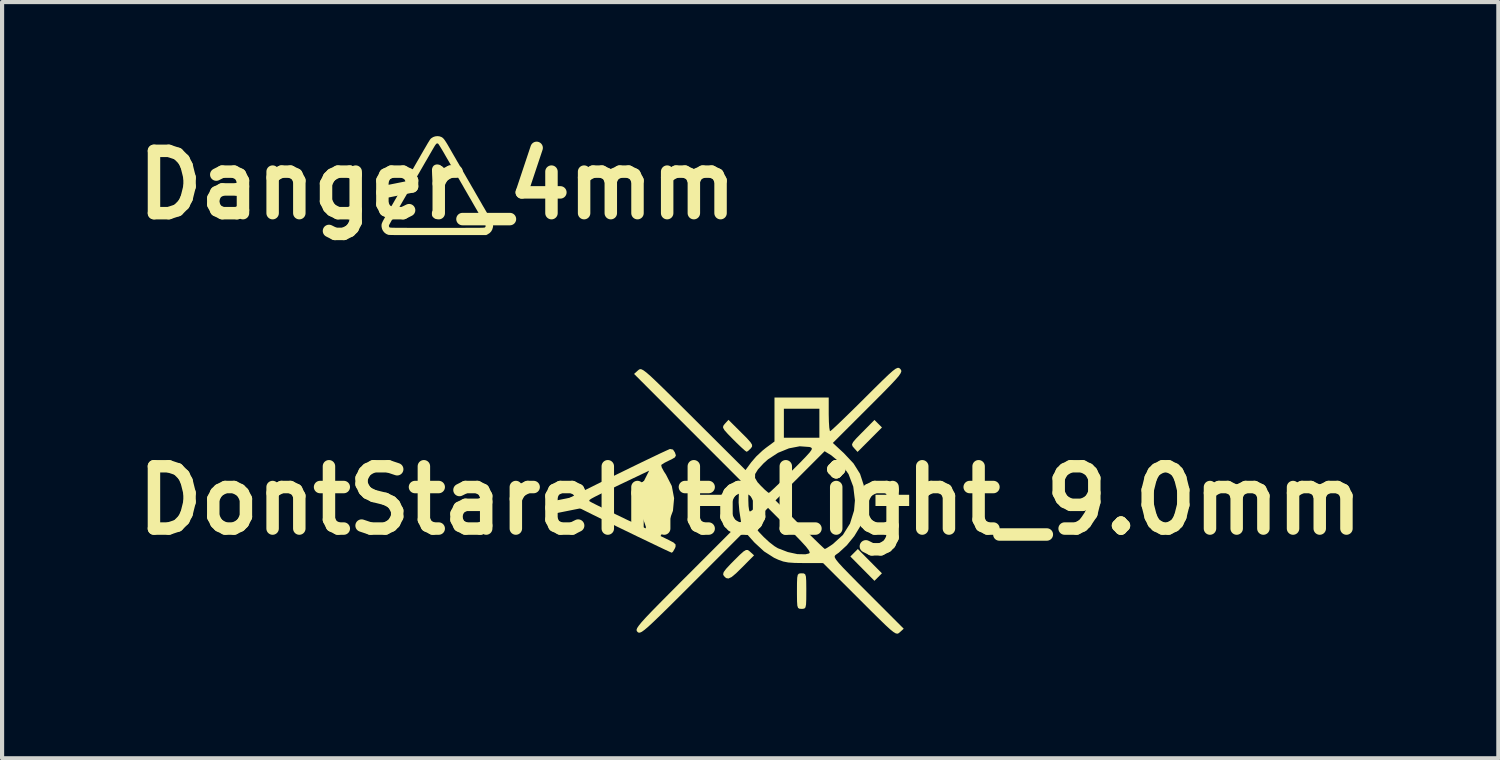
<source format=kicad_pcb>
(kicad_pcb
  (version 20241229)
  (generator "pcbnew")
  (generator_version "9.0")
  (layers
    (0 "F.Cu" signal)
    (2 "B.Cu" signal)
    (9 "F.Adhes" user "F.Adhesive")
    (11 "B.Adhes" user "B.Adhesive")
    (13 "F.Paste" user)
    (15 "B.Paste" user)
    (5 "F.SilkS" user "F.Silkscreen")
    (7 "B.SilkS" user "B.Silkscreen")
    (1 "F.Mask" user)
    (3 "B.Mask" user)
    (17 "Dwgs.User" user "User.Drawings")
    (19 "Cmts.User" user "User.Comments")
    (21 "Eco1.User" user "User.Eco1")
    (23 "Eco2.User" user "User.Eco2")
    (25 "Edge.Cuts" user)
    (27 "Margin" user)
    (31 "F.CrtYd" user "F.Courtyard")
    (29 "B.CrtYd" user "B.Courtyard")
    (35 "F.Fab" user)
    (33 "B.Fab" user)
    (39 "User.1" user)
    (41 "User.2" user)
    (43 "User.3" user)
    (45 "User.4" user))
  (footprint "DontStareIntoLight_9.0mm"
    (layer "F.Cu")
    (at 15.014 8.999)
    (property "Reference" "DontStareIntoLight_9.0mm" (at 0 0 0) (layer "F.SilkS") (effects (font (size 1.5 1.5) (thickness 0.3))))
    (attr board_only exclude_from_pos_files exclude_from_bom)
    (fp_poly (pts (xy -0.54 0) (xy -0.54 0.135) (xy -0.946 0.135) (xy -1.351 0.135) (xy -1.351 0) (xy -1.351 -0.135) (xy -0.946 -0.135) (xy -0.54 -0.135)) (stroke (width 0) (type solid)) (fill yes) (layer "F.SilkS"))
    (fp_poly (pts (xy 2.882 1.464) (xy 3.172 1.756) (xy 3.082 1.847) (xy 2.992 1.937) (xy 2.702 1.644) (xy 2.412 1.351) (xy 2.502 1.261) (xy 2.592 1.171)) (stroke (width 0) (type solid)) (fill yes) (layer "F.SilkS"))
    (fp_poly (pts (xy 3.828 0) (xy 3.828 0.135) (xy 3.423 0.135) (xy 3.017 0.135) (xy 3.017 0) (xy 3.017 -0.135) (xy 3.423 -0.135) (xy 3.828 -0.135)) (stroke (width 0) (type solid)) (fill yes) (layer "F.SilkS"))
    (fp_poly (pts (xy 3.083 -1.846) (xy 3.173 -1.756) (xy 2.879 -1.461) (xy 2.585 -1.167) (xy 2.5 -1.261) (xy 2.462 -1.307) (xy 2.452 -1.35) (xy 2.479 -1.405) (xy 2.55 -1.488) (xy 2.675 -1.616) (xy 2.704 -1.645) (xy 2.992 -1.937)) (stroke (width 0) (type solid)) (fill yes) (layer "F.SilkS"))
    (fp_poly (pts (xy -0.057 1.195) (xy -0.014 1.226) (xy -0.000425 1.238) (xy 0.093 1.323) (xy -0.188 1.607) (xy -0.341 1.757) (xy -0.448 1.846) (xy -0.524 1.881) (xy -0.581 1.87) (xy -0.633 1.821) (xy -0.652 1.779) (xy -0.638 1.726) (xy -0.579 1.647) (xy -0.468 1.528) (xy -0.393 1.452) (xy -0.253 1.313) (xy -0.161 1.23) (xy -0.101 1.194)) (stroke (width 0) (type solid)) (fill yes) (layer "F.SilkS"))
    (fp_poly (pts (xy -0.218 -1.636) (xy -0.077 -1.495) (xy 0.007 -1.401) (xy 0.045 -1.339) (xy 0.045 -1.295) (xy 0.015 -1.253) (xy 0.014 -1.252) (xy -0.052 -1.189) (xy -0.087 -1.171) (xy -0.129 -1.201) (xy -0.218 -1.281) (xy -0.339 -1.397) (xy -0.404 -1.462) (xy -0.539 -1.6) (xy -0.619 -1.69) (xy -0.653 -1.749) (xy -0.649 -1.793) (xy -0.616 -1.838) (xy -0.608 -1.847) (xy -0.523 -1.94)) (stroke (width 0) (type solid)) (fill yes) (layer "F.SilkS"))
    (fp_poly (pts (xy 1.291 1.759) (xy 1.324 1.78) (xy 1.342 1.834) (xy 1.349 1.939) (xy 1.351 2.112) (xy 1.351 2.184) (xy 1.35 2.382) (xy 1.345 2.507) (xy 1.331 2.576) (xy 1.303 2.605) (xy 1.258 2.612) (xy 1.238 2.612) (xy 1.186 2.609) (xy 1.153 2.589) (xy 1.135 2.535) (xy 1.128 2.43) (xy 1.126 2.257) (xy 1.126 2.184) (xy 1.127 1.986) (xy 1.132 1.861) (xy 1.146 1.792) (xy 1.174 1.763) (xy 1.219 1.756) (xy 1.238 1.756)) (stroke (width 0) (type solid)) (fill yes) (layer "F.SilkS"))
    (fp_poly (pts (xy -1.859 -1.224) (xy -1.813 -1.155) (xy -1.789 -1.084) (xy -1.812 -1.036) (xy -1.896 -0.987) (xy -1.942 -0.966) (xy -2.057 -0.909) (xy -2.131 -0.862) (xy -2.142 -0.851) (xy -2.131 -0.797) (xy -2.078 -0.698) (xy -2.028 -0.622) (xy -1.888 -0.347) (xy -1.832 -0.052) (xy -1.86 0.251) (xy -1.972 0.549) (xy -2.02 0.633) (xy -2.159 0.858) (xy -1.962 0.954) (xy -1.845 1.015) (xy -1.796 1.063) (xy -1.798 1.118) (xy -1.813 1.155) (xy -1.858 1.234) (xy -1.887 1.26) (xy -1.933 1.241) (xy -2.05 1.187) (xy -2.227 1.103) (xy -2.456 0.993) (xy -2.726 0.864) (xy -3.027 0.718) (xy -3.186 0.641) (xy -3.498 0.488) (xy -3.782 0.348) (xy -4.029 0.225) (xy -4.229 0.124) (xy -4.372 0.05) (xy -4.448 0.008) (xy -4.454 0.004) (xy -3.876 0.004) (xy -3.87 0.018) (xy -3.866 0.022) (xy -3.819 0.049) (xy -3.707 0.106) (xy -3.548 0.185) (xy -3.358 0.278) (xy -3.154 0.376) (xy -2.953 0.473) (xy -2.771 0.558) (xy -2.627 0.625) (xy -2.535 0.665) (xy -2.513 0.673) (xy -2.512 0.638) (xy -2.542 0.545) (xy -2.574 0.467) (xy -2.657 0.173) (xy -2.658 -0.133) (xy -2.577 -0.427) (xy -2.549 -0.486) (xy -2.433 -0.716) (xy -3.14 -0.379) (xy -3.406 -0.252) (xy -3.601 -0.157) (xy -3.735 -0.09) (xy -3.819 -0.045) (xy -3.862 -0.016) (xy -3.876 0.004) (xy -4.454 0.004) (xy -4.458 0) (xy -4.42 -0.023) (xy -4.312 -0.079) (xy -4.146 -0.163) (xy -3.935 -0.269) (xy -3.691 -0.39) (xy -3.424 -0.522) (xy -3.147 -0.657) (xy -2.873 -0.791) (xy -2.612 -0.918) (xy -2.376 -1.031) (xy -2.178 -1.126) (xy -2.029 -1.195) (xy -1.941 -1.234) (xy -1.933 -1.238)) (stroke (width 0) (type solid)) (fill yes) (layer "F.SilkS"))
    (fp_poly (pts (xy 3.583 -3.19) (xy 3.609 -3.17) (xy 3.615 -3.164) (xy 3.635 -3.136) (xy 3.639 -3.103) (xy 3.62 -3.058) (xy 3.574 -2.991) (xy 3.492 -2.897) (xy 3.369 -2.766) (xy 3.198 -2.591) (xy 2.973 -2.365) (xy 2.84 -2.232) (xy 1.99 -1.383) (xy 2.254 -1.139) (xy 2.488 -0.89) (xy 2.645 -0.64) (xy 2.734 -0.367) (xy 2.766 -0.047) (xy 2.766 0) (xy 2.761 0.211) (xy 2.742 0.367) (xy 2.703 0.502) (xy 2.646 0.63) (xy 2.507 0.86) (xy 2.327 1.081) (xy 2.135 1.258) (xy 2.079 1.297) (xy 2.05 1.319) (xy 2.034 1.344) (xy 2.039 1.379) (xy 2.071 1.432) (xy 2.136 1.512) (xy 2.24 1.625) (xy 2.389 1.778) (xy 2.589 1.981) (xy 2.836 2.228) (xy 3.697 3.09) (xy 3.603 3.175) (xy 3.574 3.199) (xy 3.544 3.21) (xy 3.504 3.202) (xy 3.449 3.169) (xy 3.368 3.104) (xy 3.256 3.001) (xy 3.104 2.853) (xy 2.903 2.655) (xy 2.648 2.4) (xy 2.633 2.385) (xy 1.756 1.51) (xy 1.295 1.509) (xy 1.074 1.506) (xy 0.916 1.495) (xy 0.793 1.471) (xy 0.677 1.429) (xy 0.575 1.382) (xy 0.334 1.228) (xy 0.104 1.016) (xy 0.09 1.001) (xy -0.137 0.746) (xy -1.387 1.995) (xy -1.702 2.31) (xy -1.96 2.566) (xy -2.167 2.769) (xy -2.329 2.925) (xy -2.453 3.04) (xy -2.544 3.117) (xy -2.609 3.164) (xy -2.654 3.184) (xy -2.685 3.185) (xy -2.708 3.172) (xy -2.715 3.165) (xy -2.732 3.143) (xy -2.736 3.115) (xy -2.722 3.075) (xy -2.684 3.018) (xy -2.618 2.936) (xy -2.517 2.824) (xy -2.376 2.676) (xy -2.19 2.486) (xy -1.953 2.247) (xy -1.661 1.953) (xy -1.507 1.8) (xy -0.282 0.574) (xy 0.09 0.574) (xy 0.123 0.648) (xy 0.208 0.758) (xy 0.327 0.883) (xy 0.459 1.005) (xy 0.587 1.104) (xy 0.667 1.152) (xy 0.906 1.244) (xy 1.136 1.294) (xy 1.331 1.298) (xy 1.419 1.277) (xy 1.435 1.253) (xy 1.411 1.201) (xy 1.343 1.112) (xy 1.223 0.981) (xy 1.046 0.798) (xy 0.962 0.715) (xy 0.43 0.181) (xy 0.26 0.347) (xy 0.164 0.452) (xy 0.102 0.54) (xy 0.09 0.574) (xy -0.282 0.574) (xy -0.221 0.513) (xy -0.261 0.256) (xy -0.278 0.054) (xy -0.277 -0.009) (xy -0.045 -0.009) (xy -0.04 0.136) (xy -0.026 0.237) (xy -0.008 0.27) (xy 0.044 0.24) (xy 0.127 0.167) (xy 0.149 0.144) (xy 0.27 0.018) (xy 0.252 -0.000438) (xy 0.609 -0.000438) (xy 1.193 0.585) (xy 1.38 0.771) (xy 1.544 0.932) (xy 1.675 1.059) (xy 1.763 1.142) (xy 1.798 1.171) (xy 1.844 1.148) (xy 1.938 1.088) (xy 1.994 1.049) (xy 2.233 0.831) (xy 2.403 0.559) (xy 2.501 0.245) (xy 2.522 -0.001) (xy 2.482 -0.331) (xy 2.368 -0.633) (xy 2.188 -0.89) (xy 1.953 -1.085) (xy 1.792 -1.184) (xy 1.201 -0.592) (xy 0.609 -0.000438) (xy 0.252 -0.000438) (xy 0.113 -0.135) (xy -0.045 -0.288) (xy -0.045 -0.009) (xy -0.277 -0.009) (xy -0.273 -0.157) (xy -0.264 -0.237) (xy -0.227 -0.473) (xy -0.293 -0.54) (xy 0.117 -0.54) (xy 0.176 -0.439) (xy 0.252 -0.356) (xy 0.351 -0.258) (xy 0.425 -0.195) (xy 0.449 -0.18) (xy 0.488 -0.21) (xy 0.578 -0.294) (xy 0.711 -0.421) (xy 0.873 -0.581) (xy 1.01 -0.718) (xy 1.206 -0.914) (xy 1.344 -1.057) (xy 1.432 -1.154) (xy 1.477 -1.217) (xy 1.485 -1.253) (xy 1.464 -1.274) (xy 1.426 -1.286) (xy 1.193 -1.303) (xy 0.933 -1.253) (xy 0.671 -1.146) (xy 0.429 -0.988) (xy 0.321 -0.891) (xy 0.187 -0.745) (xy 0.119 -0.635) (xy 0.117 -0.54) (xy -0.293 -0.54) (xy -1.511 -1.759) (xy -2.796 -3.045) (xy -2.702 -3.13) (xy -2.677 -3.15) (xy -2.651 -3.161) (xy -2.616 -3.156) (xy -2.567 -3.13) (xy -2.498 -3.078) (xy -2.401 -2.994) (xy -2.272 -2.872) (xy -2.102 -2.708) (xy -1.886 -2.496) (xy -1.619 -2.23) (xy -1.36 -1.972) (xy -0.113 -0.73) (xy 0.024 -0.916) (xy 0.143 -1.055) (xy 0.294 -1.197) (xy 0.373 -1.261) (xy 0.585 -1.418) (xy 0.585 -1.509) (xy 0.811 -1.509) (xy 1.238 -1.509) (xy 1.666 -1.509) (xy 1.666 -1.858) (xy 1.666 -2.207) (xy 1.238 -2.207) (xy 0.811 -2.207) (xy 0.811 -1.858) (xy 0.811 -1.509) (xy 0.585 -1.509) (xy 0.585 -1.948) (xy 0.585 -2.477) (xy 1.238 -2.477) (xy 1.891 -2.477) (xy 1.891 -2.072) (xy 1.895 -1.893) (xy 1.904 -1.755) (xy 1.917 -1.677) (xy 1.925 -1.666) (xy 1.965 -1.697) (xy 2.059 -1.783) (xy 2.198 -1.915) (xy 2.374 -2.086) (xy 2.578 -2.286) (xy 2.749 -2.456) (xy 2.994 -2.7) (xy 3.184 -2.887) (xy 3.326 -3.023) (xy 3.429 -3.115) (xy 3.501 -3.169) (xy 3.549 -3.191)) (stroke (width 0) (type solid)) (fill yes) (layer "F.SilkS")))
  (footprint "Danger_4mm"
    (layer "F.Cu")
    (at 7.479 1.404)
    (property "Reference" "Danger_4mm" (at 0 0 0) (layer "F.SilkS") (effects (font (size 1.5 1.5) (thickness 0.3))))
    (attr board_only exclude_from_pos_files exclude_from_bom)
    (fp_poly (pts (xy 0.05 0.575) (xy 0.083 0.596) (xy 0.109 0.627) (xy 0.124 0.662) (xy 0.128 0.698) (xy 0.121 0.734) (xy 0.105 0.766) (xy 0.078 0.794) (xy 0.056 0.807) (xy 0.017 0.821) (xy -0.02 0.822) (xy -0.057 0.81) (xy -0.059 0.809) (xy -0.081 0.794) (xy -0.102 0.775) (xy -0.107 0.769) (xy -0.119 0.753) (xy -0.125 0.737) (xy -0.128 0.715) (xy -0.129 0.701) (xy -0.129 0.674) (xy -0.127 0.655) (xy -0.12 0.638) (xy -0.116 0.631) (xy -0.091 0.599) (xy -0.059 0.577) (xy -0.024 0.565) (xy 0.013 0.565)) (stroke (width 0) (type solid)) (fill yes) (layer "F.SilkS"))
    (fp_poly (pts (xy 0.019 -0.493) (xy 0.054 -0.485) (xy 0.081 -0.469) (xy 0.101 -0.449) (xy 0.113 -0.43) (xy 0.121 -0.408) (xy 0.126 -0.382) (xy 0.128 -0.348) (xy 0.127 -0.306) (xy 0.122 -0.254) (xy 0.122 -0.248) (xy 0.119 -0.217) (xy 0.115 -0.175) (xy 0.11 -0.125) (xy 0.104 -0.068) (xy 0.098 -0.007) (xy 0.092 0.057) (xy 0.086 0.12) (xy 0.085 0.129) (xy 0.078 0.199) (xy 0.072 0.256) (xy 0.067 0.303) (xy 0.063 0.34) (xy 0.058 0.369) (xy 0.054 0.391) (xy 0.05 0.407) (xy 0.045 0.419) (xy 0.039 0.426) (xy 0.032 0.432) (xy 0.025 0.436) (xy 0.022 0.437) (xy 0.009 0.443) (xy -0.001 0.443) (xy -0.014 0.439) (xy -0.023 0.435) (xy -0.039 0.425) (xy -0.05 0.413) (xy -0.052 0.404) (xy -0.056 0.383) (xy -0.06 0.352) (xy -0.065 0.31) (xy -0.071 0.26) (xy -0.077 0.202) (xy -0.084 0.138) (xy -0.091 0.068) (xy -0.095 0.022) (xy -0.103 -0.059) (xy -0.11 -0.127) (xy -0.115 -0.185) (xy -0.12 -0.233) (xy -0.123 -0.273) (xy -0.125 -0.305) (xy -0.127 -0.33) (xy -0.127 -0.35) (xy -0.127 -0.366) (xy -0.127 -0.378) (xy -0.126 -0.388) (xy -0.124 -0.395) (xy -0.11 -0.434) (xy -0.087 -0.464) (xy -0.056 -0.484) (xy -0.019 -0.494)) (stroke (width 0) (type solid)) (fill yes) (layer "F.SilkS"))
    (fp_poly (pts (xy 0.049 -1.172) (xy 0.095 -1.157) (xy 0.095 -1.157) (xy 0.111 -1.148) (xy 0.127 -1.138) (xy 0.141 -1.125) (xy 0.157 -1.109) (xy 0.173 -1.088) (xy 0.192 -1.061) (xy 0.214 -1.027) (xy 0.24 -0.985) (xy 0.27 -0.934) (xy 0.305 -0.873) (xy 0.313 -0.859) (xy 0.344 -0.805) (xy 0.375 -0.751) (xy 0.405 -0.699) (xy 0.434 -0.65) (xy 0.459 -0.606) (xy 0.479 -0.57) (xy 0.494 -0.546) (xy 0.514 -0.511) (xy 0.538 -0.469) (xy 0.565 -0.422) (xy 0.593 -0.374) (xy 0.619 -0.329) (xy 0.622 -0.324) (xy 0.646 -0.283) (xy 0.674 -0.234) (xy 0.705 -0.18) (xy 0.738 -0.123) (xy 0.771 -0.066) (xy 0.802 -0.013) (xy 0.805 -0.007) (xy 0.836 0.047) (xy 0.869 0.103) (xy 0.902 0.161) (xy 0.934 0.217) (xy 0.963 0.267) (xy 0.988 0.31) (xy 0.99 0.314) (xy 1.026 0.376) (xy 1.058 0.431) (xy 1.086 0.481) (xy 1.114 0.529) (xy 1.144 0.579) (xy 1.176 0.635) (xy 1.185 0.65) (xy 1.223 0.716) (xy 1.255 0.772) (xy 1.281 0.818) (xy 1.302 0.857) (xy 1.318 0.89) (xy 1.33 0.917) (xy 1.338 0.94) (xy 1.342 0.96) (xy 1.344 0.978) (xy 1.344 0.995) (xy 1.341 1.013) (xy 1.34 1.02) (xy 1.324 1.073) (xy 1.298 1.119) (xy 1.262 1.157) (xy 1.214 1.188) (xy 1.214 1.188) (xy 1.18 1.206) (xy 0.013 1.207) (xy -0.136 1.207) (xy -0.273 1.207) (xy -0.398 1.207) (xy -0.511 1.207) (xy -0.613 1.207) (xy -0.705 1.207) (xy -0.787 1.207) (xy -0.859 1.207) (xy -0.923 1.207) (xy -0.978 1.206) (xy -1.025 1.206) (xy -1.065 1.205) (xy -1.098 1.205) (xy -1.125 1.204) (xy -1.146 1.203) (xy -1.162 1.202) (xy -1.173 1.201) (xy -1.18 1.2) (xy -1.181 1.2) (xy -1.231 1.178) (xy -1.273 1.146) (xy -1.306 1.106) (xy -1.329 1.06) (xy -1.341 1.008) (xy -1.342 0.983) (xy -1.342 0.975) (xy -1.164 0.975) (xy -1.163 0.998) (xy -1.153 1.017) (xy -1.15 1.02) (xy -1.149 1.021) (xy -1.146 1.023) (xy -1.143 1.024) (xy -1.138 1.025) (xy -1.13 1.027) (xy -1.12 1.027) (xy -1.106 1.028) (xy -1.089 1.029) (xy -1.067 1.03) (xy -1.039 1.03) (xy -1.006 1.031) (xy -0.967 1.031) (xy -0.92 1.032) (xy -0.866 1.032) (xy -0.805 1.032) (xy -0.734 1.032) (xy -0.654 1.033) (xy -0.565 1.033) (xy -0.465 1.033) (xy -0.354 1.033) (xy -0.232 1.033) (xy -0.097 1.033) (xy -0.000001 1.033) (xy 0.143 1.033) (xy 0.273 1.033) (xy 0.392 1.033) (xy 0.499 1.033) (xy 0.595 1.033) (xy 0.682 1.032) (xy 0.758 1.032) (xy 0.826 1.032) (xy 0.885 1.032) (xy 0.936 1.032) (xy 0.98 1.031) (xy 1.018 1.031) (xy 1.049 1.03) (xy 1.074 1.03) (xy 1.095 1.029) (xy 1.111 1.028) (xy 1.124 1.027) (xy 1.133 1.026) (xy 1.14 1.025) (xy 1.144 1.024) (xy 1.147 1.022) (xy 1.149 1.021) (xy 1.15 1.02) (xy 1.161 1.005) (xy 1.165 0.989) (xy 1.161 0.969) (xy 1.15 0.944) (xy 1.137 0.922) (xy 1.129 0.908) (xy 1.115 0.884) (xy 1.096 0.851) (xy 1.073 0.811) (xy 1.046 0.764) (xy 1.016 0.712) (xy 0.984 0.657) (xy 0.951 0.599) (xy 0.941 0.582) (xy 0.906 0.522) (xy 0.872 0.463) (xy 0.84 0.407) (xy 0.81 0.354) (xy 0.782 0.307) (xy 0.759 0.267) (xy 0.74 0.235) (xy 0.727 0.212) (xy 0.726 0.209) (xy 0.708 0.179) (xy 0.686 0.14) (xy 0.661 0.098) (xy 0.636 0.054) (xy 0.615 0.016) (xy 0.591 -0.025) (xy 0.565 -0.069) (xy 0.541 -0.112) (xy 0.519 -0.149) (xy 0.503 -0.176) (xy 0.492 -0.195) (xy 0.476 -0.224) (xy 0.454 -0.262) (xy 0.427 -0.308) (xy 0.397 -0.36) (xy 0.364 -0.418) (xy 0.328 -0.479) (xy 0.291 -0.544) (xy 0.253 -0.61) (xy 0.245 -0.623) (xy 0.201 -0.699) (xy 0.163 -0.766) (xy 0.13 -0.822) (xy 0.102 -0.869) (xy 0.079 -0.907) (xy 0.06 -0.938) (xy 0.045 -0.961) (xy 0.034 -0.978) (xy 0.025 -0.989) (xy 0.019 -0.996) (xy 0.016 -0.998) (xy 0.004 -1) (xy -0.006 -1) (xy -0.015 -0.997) (xy -0.025 -0.989) (xy -0.036 -0.976) (xy -0.05 -0.957) (xy -0.068 -0.929) (xy -0.089 -0.893) (xy -0.116 -0.847) (xy -0.125 -0.832) (xy -0.151 -0.786) (xy -0.177 -0.742) (xy -0.201 -0.699) (xy -0.223 -0.662) (xy -0.24 -0.631) (xy -0.252 -0.611) (xy -0.265 -0.589) (xy -0.284 -0.557) (xy -0.306 -0.519) (xy -0.33 -0.477) (xy -0.355 -0.434) (xy -0.369 -0.409) (xy -0.395 -0.365) (xy -0.42 -0.321) (xy -0.444 -0.279) (xy -0.466 -0.242) (xy -0.483 -0.212) (xy -0.49 -0.199) (xy -0.5 -0.182) (xy -0.516 -0.155) (xy -0.537 -0.118) (xy -0.563 -0.074) (xy -0.592 -0.023) (xy -0.624 0.033) (xy -0.659 0.093) (xy -0.695 0.156) (xy -0.733 0.221) (xy -0.735 0.226) (xy -0.773 0.291) (xy -0.81 0.355) (xy -0.846 0.417) (xy -0.88 0.476) (xy -0.91 0.529) (xy -0.937 0.576) (xy -0.96 0.615) (xy -0.978 0.646) (xy -0.99 0.666) (xy -0.99 0.667) (xy -1.033 0.741) (xy -1.07 0.805) (xy -1.101 0.858) (xy -1.125 0.901) (xy -1.143 0.934) (xy -1.156 0.957) (xy -1.162 0.971) (xy -1.164 0.975) (xy -1.342 0.975) (xy -1.342 0.964) (xy -1.34 0.947) (xy -1.335 0.928) (xy -1.327 0.908) (xy -1.316 0.883) (xy -1.3 0.852) (xy -1.279 0.814) (xy -1.252 0.767) (xy -1.242 0.75) (xy -1.221 0.713) (xy -1.195 0.668) (xy -1.165 0.616) (xy -1.132 0.559) (xy -1.097 0.499) (xy -1.063 0.44) (xy -1.03 0.383) (xy -1.03 0.382) (xy -0.989 0.312) (xy -0.954 0.251) (xy -0.923 0.198) (xy -0.897 0.152) (xy -0.873 0.111) (xy -0.851 0.073) (xy -0.831 0.037) (xy -0.81 0.002) (xy -0.789 -0.035) (xy -0.773 -0.062) (xy -0.759 -0.086) (xy -0.74 -0.12) (xy -0.716 -0.161) (xy -0.689 -0.207) (xy -0.66 -0.258) (xy -0.63 -0.311) (xy -0.601 -0.359) (xy -0.54 -0.466) (xy -0.485 -0.562) (xy -0.435 -0.648) (xy -0.392 -0.724) (xy -0.353 -0.791) (xy -0.319 -0.85) (xy -0.289 -0.901) (xy -0.264 -0.944) (xy -0.242 -0.982) (xy -0.224 -1.013) (xy -0.208 -1.038) (xy -0.195 -1.059) (xy -0.185 -1.076) (xy -0.176 -1.089) (xy -0.169 -1.099) (xy -0.164 -1.106) (xy -0.159 -1.112) (xy -0.154 -1.116) (xy -0.15 -1.12) (xy -0.146 -1.123) (xy -0.141 -1.127) (xy -0.14 -1.128) (xy -0.098 -1.154) (xy -0.051 -1.17) (xy -0.001 -1.176)) (stroke (width 0) (type solid)) (fill yes) (layer "F.SilkS")))
  (gr_rect
    (start -3 -3)
    (end 33.029 15.209)
    (stroke (width 0.1) (type default))
    (fill no)
    (layer "Edge.Cuts")))
</source>
